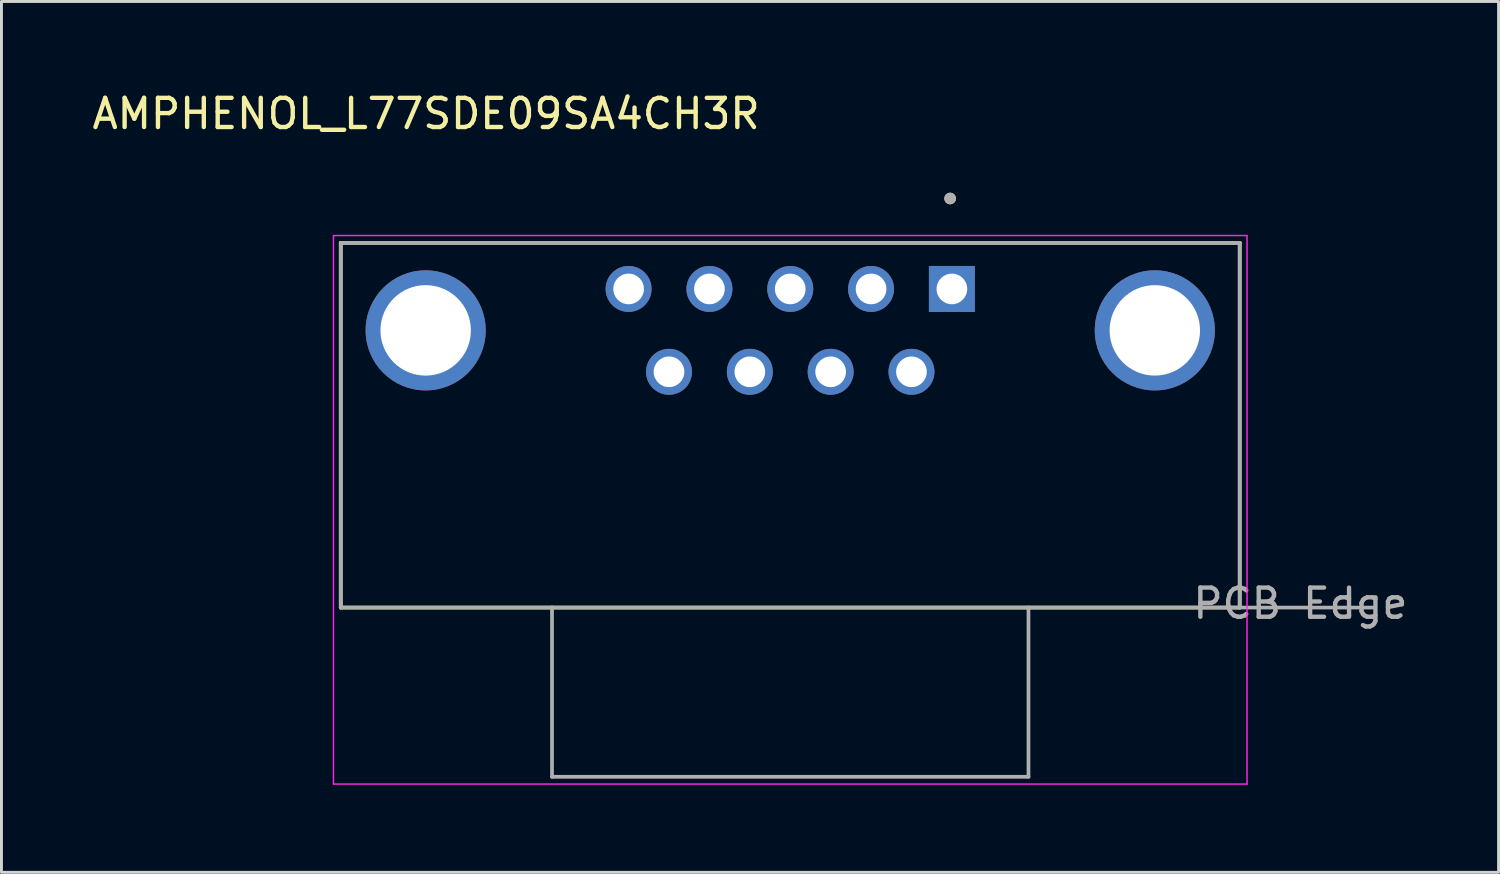
<source format=kicad_pcb>
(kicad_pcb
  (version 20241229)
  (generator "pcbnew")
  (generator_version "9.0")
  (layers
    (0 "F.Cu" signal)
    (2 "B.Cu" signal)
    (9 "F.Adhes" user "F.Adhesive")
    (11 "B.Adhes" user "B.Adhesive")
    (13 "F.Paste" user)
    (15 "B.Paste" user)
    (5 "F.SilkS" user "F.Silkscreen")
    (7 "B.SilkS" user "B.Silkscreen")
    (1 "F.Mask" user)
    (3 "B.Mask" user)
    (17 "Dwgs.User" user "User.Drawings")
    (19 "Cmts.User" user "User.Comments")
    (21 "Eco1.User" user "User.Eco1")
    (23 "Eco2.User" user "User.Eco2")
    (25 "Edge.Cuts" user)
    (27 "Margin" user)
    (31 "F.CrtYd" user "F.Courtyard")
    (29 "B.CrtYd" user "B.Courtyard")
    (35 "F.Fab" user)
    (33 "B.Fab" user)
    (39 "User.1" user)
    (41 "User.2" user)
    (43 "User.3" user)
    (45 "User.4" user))
  (footprint "AMPHENOL_L77SDE09SA4CH3R"
    (layer "F.Cu")
    (at 24.034 8.273)
    (property "Reference" "AMPHENOL_L77SDE09SA4CH3R" (at -12.48 -7.425 0) (layer "F.SilkS") (effects (font (size 1 1) (thickness 0.15))))
    (attr through_hole)
    (fp_line (start -15.405 -3) (end 15.405 -3) (stroke (width 0.127) (type solid)) (layer "F.SilkS"))
    (fp_line (start -15.405 9.5) (end -15.405 -3) (stroke (width 0.127) (type solid)) (layer "F.SilkS"))
    (fp_line (start -15.405 9.5) (end 15.405 9.5) (stroke (width 0.127) (type solid)) (layer "F.SilkS"))
    (fp_line (start 15.405 9.5) (end 15.405 -3) (stroke (width 0.127) (type solid)) (layer "F.SilkS"))
    (fp_circle (center 5.48 -4.52) (end 5.58 -4.52) (stroke (width 0.2) (type solid)) (fill no) (layer "F.SilkS"))
    (fp_line (start -15.655 -3.25) (end -15.655 15.55) (stroke (width 0.05) (type solid)) (layer "F.CrtYd"))
    (fp_line (start -15.655 15.55) (end 15.655 15.55) (stroke (width 0.05) (type solid)) (layer "F.CrtYd"))
    (fp_line (start 15.655 -3.25) (end -15.655 -3.25) (stroke (width 0.05) (type solid)) (layer "F.CrtYd"))
    (fp_line (start 15.655 15.55) (end 15.655 -3.25) (stroke (width 0.05) (type solid)) (layer "F.CrtYd"))
    (fp_line (start -15.405 -3) (end 15.405 -3) (stroke (width 0.127) (type solid)) (layer "F.Fab"))
    (fp_line (start -15.405 9.5) (end -15.405 -3) (stroke (width 0.127) (type solid)) (layer "F.Fab"))
    (fp_line (start -15.405 9.5) (end -8.165 9.5) (stroke (width 0.127) (type solid)) (layer "F.Fab"))
    (fp_line (start -8.165 9.5) (end -8.165 15.3) (stroke (width 0.127) (type solid)) (layer "F.Fab"))
    (fp_line (start -8.165 9.5) (end 8.165 9.5) (stroke (width 0.127) (type solid)) (layer "F.Fab"))
    (fp_line (start -8.165 15.3) (end 8.165 15.3) (stroke (width 0.127) (type solid)) (layer "F.Fab"))
    (fp_line (start 8.165 9.5) (end 15.405 9.5) (stroke (width 0.127) (type solid)) (layer "F.Fab"))
    (fp_line (start 8.165 15.3) (end 8.165 9.5) (stroke (width 0.127) (type solid)) (layer "F.Fab"))
    (fp_line (start 15.405 9.5) (end 15.405 -3) (stroke (width 0.127) (type solid)) (layer "F.Fab"))
    (fp_line (start 15.405 9.5) (end 20.025 9.5) (stroke (width 0.127) (type solid)) (layer "F.Fab"))
    (fp_circle (center 5.48 -4.52) (end 5.58 -4.52) (stroke (width 0.2) (type solid)) (fill no) (layer "F.Fab"))
    (fp_text user "PCB Edge" (at 17.485 9.36 0) (layer "F.Fab") (effects (font (size 1 1) (thickness 0.15))))
    (pad "0" thru_hole circle (at -12.495 0) (size 4.116 4.116) (drill 3.1) (layers "*.Cu" "*.Mask"))
    (pad "0" thru_hole circle (at 12.495 0) (size 4.116 4.116) (drill 3.1) (layers "*.Cu" "*.Mask"))
    (pad "1" thru_hole rect (at 5.54 -1.42) (size 1.575 1.575) (drill 1.05) (layers "*.Cu" "*.Mask"))
    (pad "2" thru_hole circle (at 2.77 -1.42) (size 1.575 1.575) (drill 1.05) (layers "*.Cu" "*.Mask"))
    (pad "3" thru_hole circle (at 0 -1.42) (size 1.575 1.575) (drill 1.05) (layers "*.Cu" "*.Mask"))
    (pad "4" thru_hole circle (at -2.77 -1.42) (size 1.575 1.575) (drill 1.05) (layers "*.Cu" "*.Mask"))
    (pad "5" thru_hole circle (at -5.54 -1.42) (size 1.575 1.575) (drill 1.05) (layers "*.Cu" "*.Mask"))
    (pad "6" thru_hole circle (at 4.155 1.42) (size 1.575 1.575) (drill 1.05) (layers "*.Cu" "*.Mask"))
    (pad "7" thru_hole circle (at 1.385 1.42) (size 1.575 1.575) (drill 1.05) (layers "*.Cu" "*.Mask"))
    (pad "8" thru_hole circle (at -1.385 1.42) (size 1.575 1.575) (drill 1.05) (layers "*.Cu" "*.Mask"))
    (pad "9" thru_hole circle (at -4.155 1.42) (size 1.575 1.575) (drill 1.05) (layers "*.Cu" "*.Mask")))
  (gr_rect
    (start -3 -3)
    (end 48.31 26.848)
    (stroke (width 0.1) (type default))
    (fill no)
    (layer "Edge.Cuts")))
</source>
